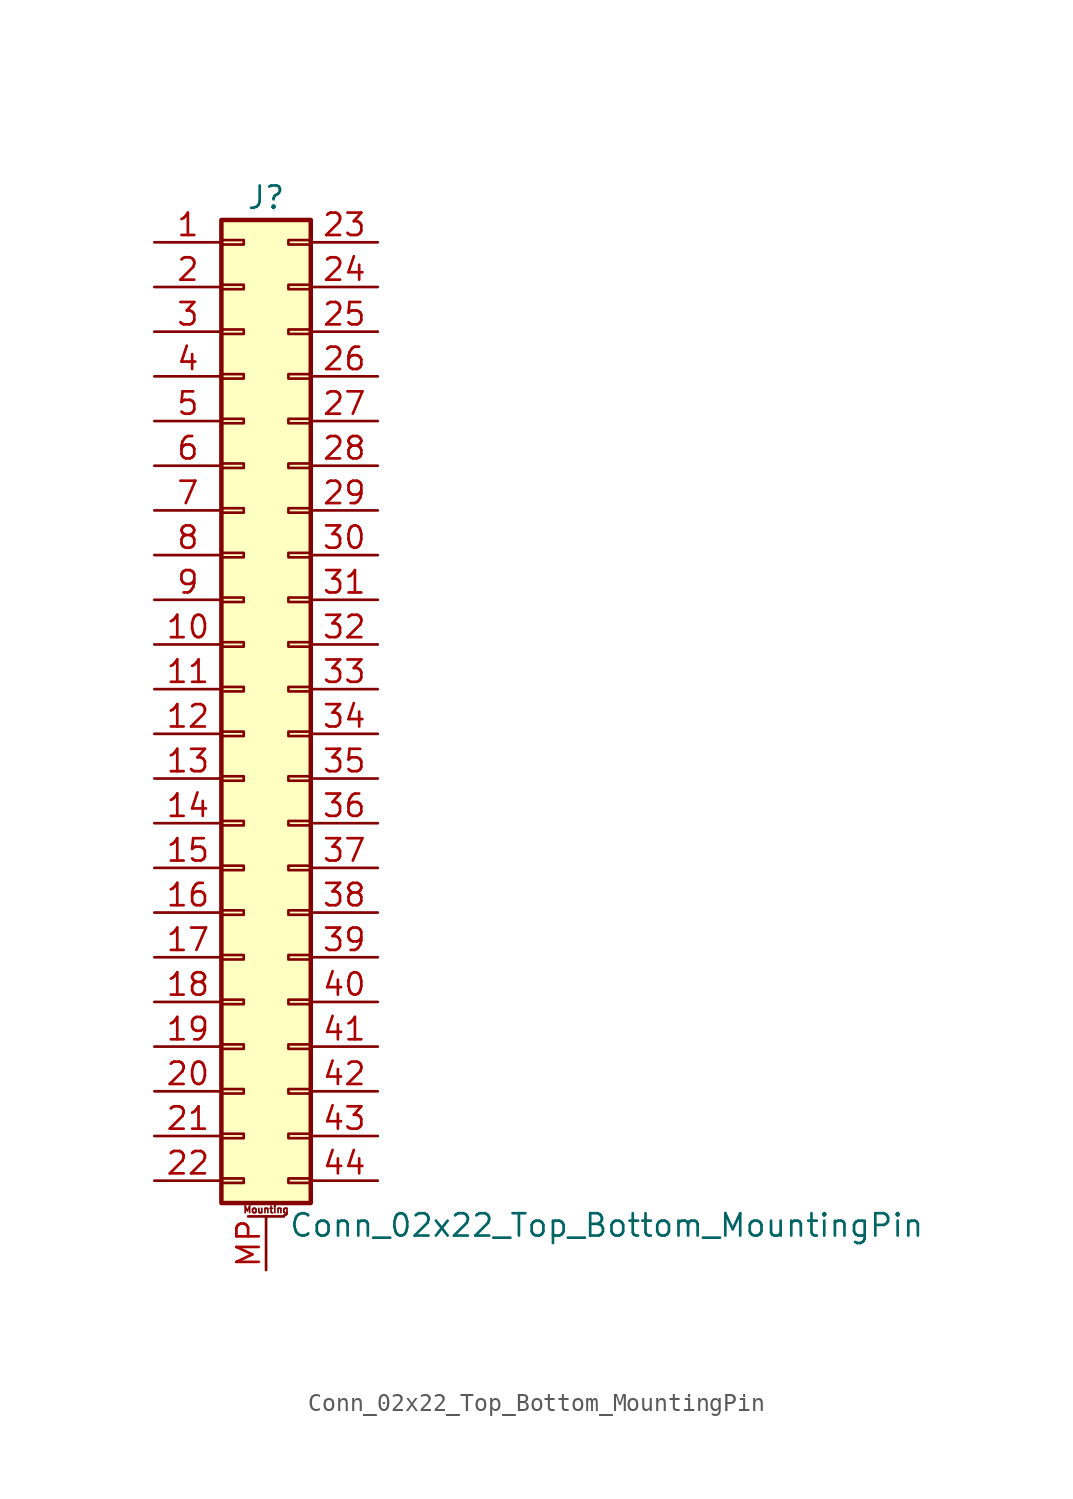
<source format=kicad_sym>
(kicad_symbol_lib
  (version 20220914)
  (generator kicad_symbol_editor)
  (symbol "Conn_02x22_Top_Bottom_MountingPin"
    (pin_names
      (offset 1.016) hide)
    (property "Reference" "J"
      (at 1.27 27.94 0)
      (effects (font (size 1.27 1.27))))
    (property "Value" "Conn_02x22_Top_Bottom_MountingPin"
      (at 2.54 -30.48 0)
      (effects (font (size 1.27 1.27)) (justify left)))
    (symbol "Conn_02x22_Top_Bottom_MountingPin_1_1"
      (rectangle (start -1.27 -27.813) (end 0 -28.067) (stroke (width 0.152) (type default)) (fill (type none)))
      (rectangle (start -1.27 -25.273) (end 0 -25.527) (stroke (width 0.152) (type default)) (fill (type none)))
      (rectangle (start -1.27 -22.733) (end 0 -22.987) (stroke (width 0.152) (type default)) (fill (type none)))
      (rectangle (start -1.27 -20.193) (end 0 -20.447) (stroke (width 0.152) (type default)) (fill (type none)))
      (rectangle (start -1.27 -17.653) (end 0 -17.907) (stroke (width 0.152) (type default)) (fill (type none)))
      (rectangle (start -1.27 -15.113) (end 0 -15.367) (stroke (width 0.152) (type default)) (fill (type none)))
      (rectangle (start -1.27 -12.573) (end 0 -12.827) (stroke (width 0.152) (type default)) (fill (type none)))
      (rectangle (start -1.27 -10.033) (end 0 -10.287) (stroke (width 0.152) (type default)) (fill (type none)))
      (rectangle (start -1.27 -7.493) (end 0 -7.747) (stroke (width 0.152) (type default)) (fill (type none)))
      (rectangle (start -1.27 -4.953) (end 0 -5.207) (stroke (width 0.152) (type default)) (fill (type none)))
      (rectangle (start -1.27 -2.413) (end 0 -2.667) (stroke (width 0.152) (type default)) (fill (type none)))
      (rectangle (start -1.27 0.127) (end 0 -0.127) (stroke (width 0.152) (type default)) (fill (type none)))
      (rectangle (start -1.27 2.667) (end 0 2.413) (stroke (width 0.152) (type default)) (fill (type none)))
      (rectangle (start -1.27 5.207) (end 0 4.953) (stroke (width 0.152) (type default)) (fill (type none)))
      (rectangle (start -1.27 7.747) (end 0 7.493) (stroke (width 0.152) (type default)) (fill (type none)))
      (rectangle (start -1.27 10.287) (end 0 10.033) (stroke (width 0.152) (type default)) (fill (type none)))
      (rectangle (start -1.27 12.827) (end 0 12.573) (stroke (width 0.152) (type default)) (fill (type none)))
      (rectangle (start -1.27 15.367) (end 0 15.113) (stroke (width 0.152) (type default)) (fill (type none)))
      (rectangle (start -1.27 17.907) (end 0 17.653) (stroke (width 0.152) (type default)) (fill (type none)))
      (rectangle (start -1.27 20.447) (end 0 20.193) (stroke (width 0.152) (type default)) (fill (type none)))
      (rectangle (start -1.27 22.987) (end 0 22.733) (stroke (width 0.152) (type default)) (fill (type none)))
      (rectangle (start -1.27 25.527) (end 0 25.273) (stroke (width 0.152) (type default)) (fill (type none)))
      (rectangle (start -1.27 26.67) (end 3.81 -29.21) (stroke (width 0.254) (type default)) (fill (type background)))
      (polyline (pts (xy 0.254 -29.972) (xy 2.286 -29.972)) (stroke (width 0.152) (type default)) (fill (type none)))
      (rectangle (start 3.81 -27.813) (end 2.54 -28.067) (stroke (width 0.152) (type default)) (fill (type none)))
      (rectangle (start 3.81 -25.273) (end 2.54 -25.527) (stroke (width 0.152) (type default)) (fill (type none)))
      (rectangle (start 3.81 -22.733) (end 2.54 -22.987) (stroke (width 0.152) (type default)) (fill (type none)))
      (rectangle (start 3.81 -20.193) (end 2.54 -20.447) (stroke (width 0.152) (type default)) (fill (type none)))
      (rectangle (start 3.81 -17.653) (end 2.54 -17.907) (stroke (width 0.152) (type default)) (fill (type none)))
      (rectangle (start 3.81 -15.113) (end 2.54 -15.367) (stroke (width 0.152) (type default)) (fill (type none)))
      (rectangle (start 3.81 -12.573) (end 2.54 -12.827) (stroke (width 0.152) (type default)) (fill (type none)))
      (rectangle (start 3.81 -10.033) (end 2.54 -10.287) (stroke (width 0.152) (type default)) (fill (type none)))
      (rectangle (start 3.81 -7.493) (end 2.54 -7.747) (stroke (width 0.152) (type default)) (fill (type none)))
      (rectangle (start 3.81 -4.953) (end 2.54 -5.207) (stroke (width 0.152) (type default)) (fill (type none)))
      (rectangle (start 3.81 -2.413) (end 2.54 -2.667) (stroke (width 0.152) (type default)) (fill (type none)))
      (rectangle (start 3.81 0.127) (end 2.54 -0.127) (stroke (width 0.152) (type default)) (fill (type none)))
      (rectangle (start 3.81 2.667) (end 2.54 2.413) (stroke (width 0.152) (type default)) (fill (type none)))
      (rectangle (start 3.81 5.207) (end 2.54 4.953) (stroke (width 0.152) (type default)) (fill (type none)))
      (rectangle (start 3.81 7.747) (end 2.54 7.493) (stroke (width 0.152) (type default)) (fill (type none)))
      (rectangle (start 3.81 10.287) (end 2.54 10.033) (stroke (width 0.152) (type default)) (fill (type none)))
      (rectangle (start 3.81 12.827) (end 2.54 12.573) (stroke (width 0.152) (type default)) (fill (type none)))
      (rectangle (start 3.81 15.367) (end 2.54 15.113) (stroke (width 0.152) (type default)) (fill (type none)))
      (rectangle (start 3.81 17.907) (end 2.54 17.653) (stroke (width 0.152) (type default)) (fill (type none)))
      (rectangle (start 3.81 20.447) (end 2.54 20.193) (stroke (width 0.152) (type default)) (fill (type none)))
      (rectangle (start 3.81 22.987) (end 2.54 22.733) (stroke (width 0.152) (type default)) (fill (type none)))
      (rectangle (start 3.81 25.527) (end 2.54 25.273) (stroke (width 0.152) (type default)) (fill (type none)))
      (text "Mounting" (at 1.27 -29.591 0) (effects (font (size 0.381 0.381))))
      (pin passive line (at -5.08 25.4 0) (length 3.81) (name "Pin_1" (effects (font (size 1.27 1.27)))) (number "1" (effects (font (size 1.27 1.27)))))
      (pin passive line (at -5.08 2.54 0) (length 3.81) (name "Pin_10" (effects (font (size 1.27 1.27)))) (number "10" (effects (font (size 1.27 1.27)))))
      (pin passive line (at -5.08 0 0) (length 3.81) (name "Pin_11" (effects (font (size 1.27 1.27)))) (number "11" (effects (font (size 1.27 1.27)))))
      (pin passive line (at -5.08 -2.54 0) (length 3.81) (name "Pin_12" (effects (font (size 1.27 1.27)))) (number "12" (effects (font (size 1.27 1.27)))))
      (pin passive line (at -5.08 -5.08 0) (length 3.81) (name "Pin_13" (effects (font (size 1.27 1.27)))) (number "13" (effects (font (size 1.27 1.27)))))
      (pin passive line (at -5.08 -7.62 0) (length 3.81) (name "Pin_14" (effects (font (size 1.27 1.27)))) (number "14" (effects (font (size 1.27 1.27)))))
      (pin passive line (at -5.08 -10.16 0) (length 3.81) (name "Pin_15" (effects (font (size 1.27 1.27)))) (number "15" (effects (font (size 1.27 1.27)))))
      (pin passive line (at -5.08 -12.7 0) (length 3.81) (name "Pin_16" (effects (font (size 1.27 1.27)))) (number "16" (effects (font (size 1.27 1.27)))))
      (pin passive line (at -5.08 -15.24 0) (length 3.81) (name "Pin_17" (effects (font (size 1.27 1.27)))) (number "17" (effects (font (size 1.27 1.27)))))
      (pin passive line (at -5.08 -17.78 0) (length 3.81) (name "Pin_18" (effects (font (size 1.27 1.27)))) (number "18" (effects (font (size 1.27 1.27)))))
      (pin passive line (at -5.08 -20.32 0) (length 3.81) (name "Pin_19" (effects (font (size 1.27 1.27)))) (number "19" (effects (font (size 1.27 1.27)))))
      (pin passive line (at -5.08 22.86 0) (length 3.81) (name "Pin_2" (effects (font (size 1.27 1.27)))) (number "2" (effects (font (size 1.27 1.27)))))
      (pin passive line (at -5.08 -22.86 0) (length 3.81) (name "Pin_20" (effects (font (size 1.27 1.27)))) (number "20" (effects (font (size 1.27 1.27)))))
      (pin passive line (at -5.08 -25.4 0) (length 3.81) (name "Pin_21" (effects (font (size 1.27 1.27)))) (number "21" (effects (font (size 1.27 1.27)))))
      (pin passive line (at -5.08 -27.94 0) (length 3.81) (name "Pin_22" (effects (font (size 1.27 1.27)))) (number "22" (effects (font (size 1.27 1.27)))))
      (pin passive line (at 7.62 25.4 180) (length 3.81) (name "Pin_23" (effects (font (size 1.27 1.27)))) (number "23" (effects (font (size 1.27 1.27)))))
      (pin passive line (at 7.62 22.86 180) (length 3.81) (name "Pin_24" (effects (font (size 1.27 1.27)))) (number "24" (effects (font (size 1.27 1.27)))))
      (pin passive line (at 7.62 20.32 180) (length 3.81) (name "Pin_25" (effects (font (size 1.27 1.27)))) (number "25" (effects (font (size 1.27 1.27)))))
      (pin passive line (at 7.62 17.78 180) (length 3.81) (name "Pin_26" (effects (font (size 1.27 1.27)))) (number "26" (effects (font (size 1.27 1.27)))))
      (pin passive line (at 7.62 15.24 180) (length 3.81) (name "Pin_27" (effects (font (size 1.27 1.27)))) (number "27" (effects (font (size 1.27 1.27)))))
      (pin passive line (at 7.62 12.7 180) (length 3.81) (name "Pin_28" (effects (font (size 1.27 1.27)))) (number "28" (effects (font (size 1.27 1.27)))))
      (pin passive line (at 7.62 10.16 180) (length 3.81) (name "Pin_29" (effects (font (size 1.27 1.27)))) (number "29" (effects (font (size 1.27 1.27)))))
      (pin passive line (at -5.08 20.32 0) (length 3.81) (name "Pin_3" (effects (font (size 1.27 1.27)))) (number "3" (effects (font (size 1.27 1.27)))))
      (pin passive line (at 7.62 7.62 180) (length 3.81) (name "Pin_30" (effects (font (size 1.27 1.27)))) (number "30" (effects (font (size 1.27 1.27)))))
      (pin passive line (at 7.62 5.08 180) (length 3.81) (name "Pin_31" (effects (font (size 1.27 1.27)))) (number "31" (effects (font (size 1.27 1.27)))))
      (pin passive line (at 7.62 2.54 180) (length 3.81) (name "Pin_32" (effects (font (size 1.27 1.27)))) (number "32" (effects (font (size 1.27 1.27)))))
      (pin passive line (at 7.62 0 180) (length 3.81) (name "Pin_33" (effects (font (size 1.27 1.27)))) (number "33" (effects (font (size 1.27 1.27)))))
      (pin passive line (at 7.62 -2.54 180) (length 3.81) (name "Pin_34" (effects (font (size 1.27 1.27)))) (number "34" (effects (font (size 1.27 1.27)))))
      (pin passive line (at 7.62 -5.08 180) (length 3.81) (name "Pin_35" (effects (font (size 1.27 1.27)))) (number "35" (effects (font (size 1.27 1.27)))))
      (pin passive line (at 7.62 -7.62 180) (length 3.81) (name "Pin_36" (effects (font (size 1.27 1.27)))) (number "36" (effects (font (size 1.27 1.27)))))
      (pin passive line (at 7.62 -10.16 180) (length 3.81) (name "Pin_37" (effects (font (size 1.27 1.27)))) (number "37" (effects (font (size 1.27 1.27)))))
      (pin passive line (at 7.62 -12.7 180) (length 3.81) (name "Pin_38" (effects (font (size 1.27 1.27)))) (number "38" (effects (font (size 1.27 1.27)))))
      (pin passive line (at 7.62 -15.24 180) (length 3.81) (name "Pin_39" (effects (font (size 1.27 1.27)))) (number "39" (effects (font (size 1.27 1.27)))))
      (pin passive line (at -5.08 17.78 0) (length 3.81) (name "Pin_4" (effects (font (size 1.27 1.27)))) (number "4" (effects (font (size 1.27 1.27)))))
      (pin passive line (at 7.62 -17.78 180) (length 3.81) (name "Pin_40" (effects (font (size 1.27 1.27)))) (number "40" (effects (font (size 1.27 1.27)))))
      (pin passive line (at 7.62 -20.32 180) (length 3.81) (name "Pin_41" (effects (font (size 1.27 1.27)))) (number "41" (effects (font (size 1.27 1.27)))))
      (pin passive line (at 7.62 -22.86 180) (length 3.81) (name "Pin_42" (effects (font (size 1.27 1.27)))) (number "42" (effects (font (size 1.27 1.27)))))
      (pin passive line (at 7.62 -25.4 180) (length 3.81) (name "Pin_43" (effects (font (size 1.27 1.27)))) (number "43" (effects (font (size 1.27 1.27)))))
      (pin passive line (at 7.62 -27.94 180) (length 3.81) (name "Pin_44" (effects (font (size 1.27 1.27)))) (number "44" (effects (font (size 1.27 1.27)))))
      (pin passive line (at -5.08 15.24 0) (length 3.81) (name "Pin_5" (effects (font (size 1.27 1.27)))) (number "5" (effects (font (size 1.27 1.27)))))
      (pin passive line (at -5.08 12.7 0) (length 3.81) (name "Pin_6" (effects (font (size 1.27 1.27)))) (number "6" (effects (font (size 1.27 1.27)))))
      (pin passive line (at -5.08 10.16 0) (length 3.81) (name "Pin_7" (effects (font (size 1.27 1.27)))) (number "7" (effects (font (size 1.27 1.27)))))
      (pin passive line (at -5.08 7.62 0) (length 3.81) (name "Pin_8" (effects (font (size 1.27 1.27)))) (number "8" (effects (font (size 1.27 1.27)))))
      (pin passive line (at -5.08 5.08 0) (length 3.81) (name "Pin_9" (effects (font (size 1.27 1.27)))) (number "9" (effects (font (size 1.27 1.27)))))
      (pin passive line (at 1.27 -33.02 90) (length 3.048) (name "MountPin" (effects (font (size 1.27 1.27)))) (number "MP" (effects (font (size 1.27 1.27))))))))
</source>
